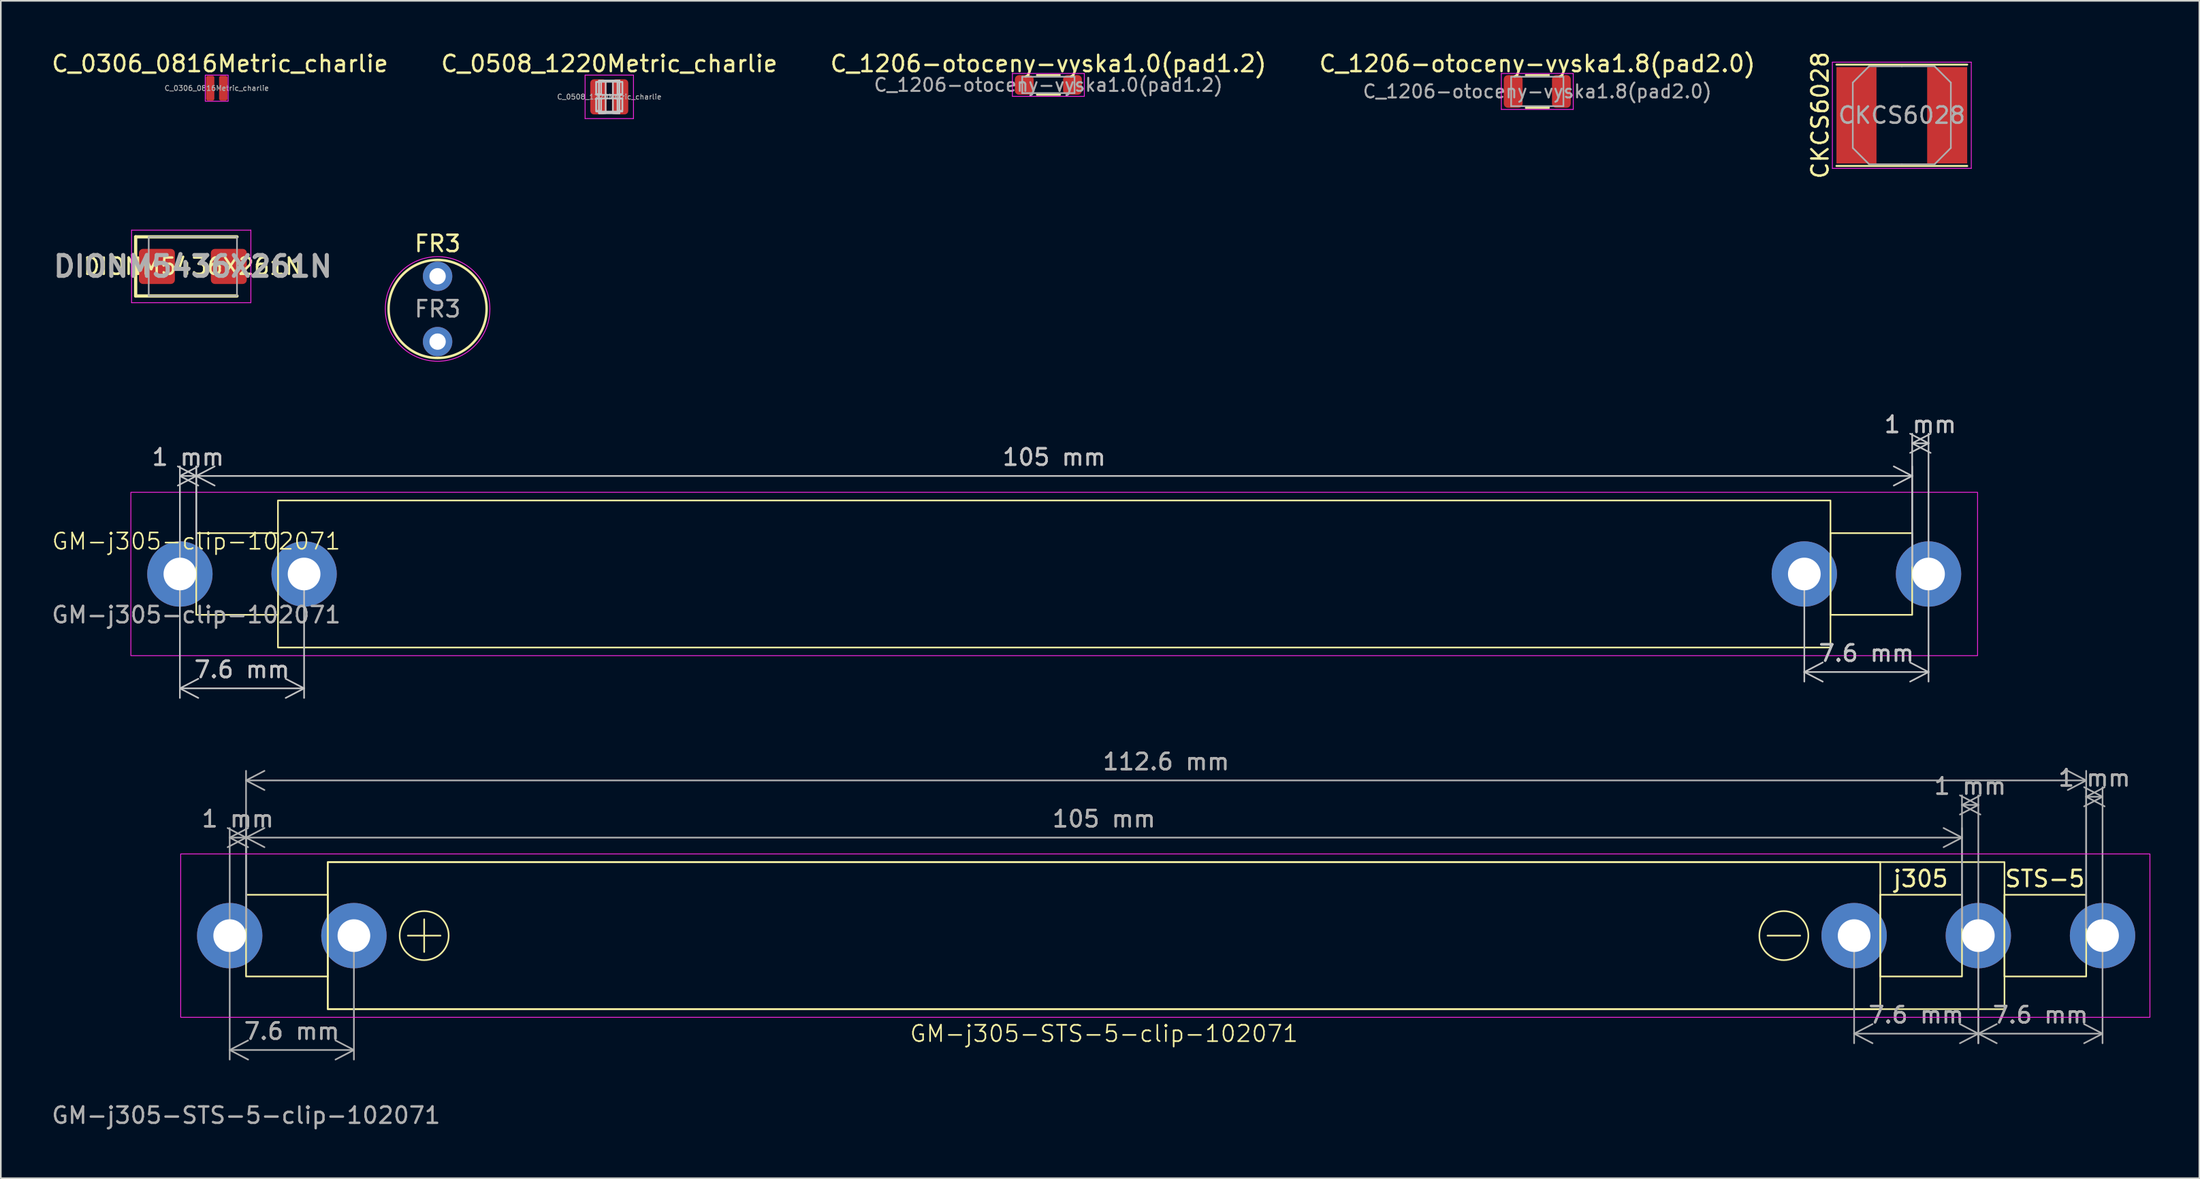
<source format=kicad_pcb>
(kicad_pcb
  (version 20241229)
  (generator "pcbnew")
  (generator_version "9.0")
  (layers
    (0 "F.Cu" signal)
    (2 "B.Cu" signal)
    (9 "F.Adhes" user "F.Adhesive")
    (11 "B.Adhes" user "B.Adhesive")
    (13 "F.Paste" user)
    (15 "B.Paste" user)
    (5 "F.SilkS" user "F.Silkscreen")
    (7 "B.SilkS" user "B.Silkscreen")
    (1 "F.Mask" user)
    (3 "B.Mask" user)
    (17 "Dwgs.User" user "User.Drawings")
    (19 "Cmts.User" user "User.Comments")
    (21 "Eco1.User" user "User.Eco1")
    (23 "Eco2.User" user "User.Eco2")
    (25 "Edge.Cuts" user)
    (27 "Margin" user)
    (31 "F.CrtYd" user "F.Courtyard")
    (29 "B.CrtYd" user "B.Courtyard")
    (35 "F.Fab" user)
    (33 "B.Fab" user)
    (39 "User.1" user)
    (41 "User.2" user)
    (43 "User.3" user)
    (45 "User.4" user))
  (footprint "GM-j305-clip-102071"
    (layer "F.Cu")
    (at 8.958 32.083)
    (property "Reference" "GM-j305-clip-102071" (at 0 -2 0) (unlocked yes) (layer "F.SilkS") (effects (font (size 1 1) (thickness 0.1))))
    (attr through_hole)
    (fp_line (start 6.6 0) (end 6.6 0) (stroke (width 1) (type default)) (layer "F.Cu"))
    (fp_rect (start 0 -2.5) (end 5 2.5) (stroke (width 0.1) (type default)) (fill no) (layer "F.SilkS"))
    (fp_rect (start 5 -4.5) (end 100 4.5) (stroke (width 0.1) (type default)) (fill no) (layer "F.SilkS"))
    (fp_rect (start 100 -2.5) (end 105 2.5) (stroke (width 0.1) (type default)) (fill no) (layer "F.SilkS"))
    (fp_rect (start -4 -5) (end 109 5) (stroke (width 0.05) (type default)) (fill no) (layer "F.CrtYd"))
    (fp_text user "${REFERENCE}" (at 0 2.5 0) (unlocked yes) (layer "F.Fab") (effects (font (size 1 1) (thickness 0.15))))
    (dimension (type aligned) (layer "Dwgs.User") (pts (xy 7.958 32.083) (xy 15.558 32.083)) (height 7) (format (prefix "") (suffix "") (units 3) (units_format 1) (precision 4) (suppress_zeroes yes)) (style (thickness 0.1) (arrow_length 1.27) (text_position_mode 0) (arrow_direction outward) (extension_height 0.586) (extension_offset 0.5) (keep_text_aligned yes)) (gr_text "7.6 mm" (at 11.758 37.933 0) (layer "Dwgs.User") (effects (font (size 1 1) (thickness 0.15)))))
    (dimension (type aligned) (layer "Dwgs.User") (pts (xy 114.958 32.083) (xy 113.958 32.083)) (height 8) (format (prefix "") (suffix "") (units 3) (units_format 1) (precision 4) (suppress_zeroes yes)) (style (thickness 0.1) (arrow_length 1.27) (text_position_mode 0) (arrow_direction outward) (extension_height 0.586) (extension_offset 0.5) (keep_text_aligned yes)) (gr_text "1 mm" (at 114.458 22.933 0) (layer "Dwgs.User") (effects (font (size 1 1) (thickness 0.15)))))
    (dimension (type aligned) (layer "Dwgs.User") (pts (xy 7.958 32.083) (xy 8.958 32.083)) (height -6) (format (prefix "") (suffix "") (units 3) (units_format 1) (precision 4) (suppress_zeroes yes)) (style (thickness 0.1) (arrow_length 1.27) (text_position_mode 0) (arrow_direction outward) (extension_height 0.586) (extension_offset 0.5) (keep_text_aligned yes)) (gr_text "1 mm" (at 8.458 24.933 0) (layer "Dwgs.User") (effects (font (size 1 1) (thickness 0.15)))))
    (dimension (type aligned) (layer "Dwgs.User") (pts (xy 114.958 32.083) (xy 107.358 32.083)) (height -6) (format (prefix "") (suffix "") (units 3) (units_format 1) (precision 4) (suppress_zeroes yes)) (style (thickness 0.1) (arrow_length 1.27) (text_position_mode 0) (arrow_direction outward) (extension_height 0.586) (extension_offset 0.5) (keep_text_aligned yes)) (gr_text "7.6 mm" (at 111.158 36.933 0) (layer "Dwgs.User") (effects (font (size 1 1) (thickness 0.15)))))
    (dimension (type aligned) (layer "Dwgs.User") (pts (xy 8.958 32.083) (xy 113.958 32.083)) (height -6) (format (prefix "") (suffix "") (units 3) (units_format 1) (precision 4) (suppress_zeroes yes)) (style (thickness 0.1) (arrow_length 1.27) (text_position_mode 0) (arrow_direction outward) (extension_height 0.586) (extension_offset 0.5) (keep_text_aligned yes)) (gr_text "105 mm" (at 61.458 24.933 0) (layer "Dwgs.User") (effects (font (size 1 1) (thickness 0.15)))))
    (pad "1" thru_hole circle (at -1 0) (size 4 4) (drill 2) (layers "*.Cu" "*.Mask"))
    (pad "1" thru_hole circle (at 6.6 0) (size 4 4) (drill 2) (layers "*.Cu" "*.Mask"))
    (pad "2" thru_hole circle (at 98.4 0) (size 4 4) (drill 2) (layers "*.Cu" "*.Mask"))
    (pad "2" thru_hole circle (at 106 0) (size 4 4) (drill 2) (layers "*.Cu" "*.Mask")))
  (footprint "C_1206-otoceny-vyska1.8(pad2.0)"
    (layer "F.Cu")
    (at 91.018 2.548)
    (property "Reference" "C_1206-otoceny-vyska1.8(pad2.0)" (at 0 -1.7 0) (layer "F.SilkS") (effects (font (size 1 1) (thickness 0.15))))
    (attr smd)
    (fp_line (start -0.7 -1) (end 0.711 -1) (stroke (width 0.12) (type solid)) (layer "F.SilkS"))
    (fp_line (start -0.7 1) (end 0.711 1) (stroke (width 0.12) (type solid)) (layer "F.SilkS"))
    (fp_line (start -2.2 -1.1) (end 2.2 -1.1) (stroke (width 0.05) (type solid)) (layer "F.CrtYd"))
    (fp_line (start -2.2 1.1) (end -2.2 -1.1) (stroke (width 0.05) (type solid)) (layer "F.CrtYd"))
    (fp_line (start 2.2 -1.1) (end 2.2 1.1) (stroke (width 0.05) (type solid)) (layer "F.CrtYd"))
    (fp_line (start 2.2 1.1) (end -2.2 1.1) (stroke (width 0.05) (type solid)) (layer "F.CrtYd"))
    (fp_line (start -1.6 -0.9) (end 1.6 -0.9) (stroke (width 0.1) (type solid)) (layer "F.Fab"))
    (fp_line (start -1.6 0.9) (end -1.6 -0.9) (stroke (width 0.1) (type solid)) (layer "F.Fab"))
    (fp_line (start 1.6 -0.9) (end 1.6 0.9) (stroke (width 0.1) (type solid)) (layer "F.Fab"))
    (fp_line (start 1.6 0.9) (end -1.6 0.9) (stroke (width 0.1) (type solid)) (layer "F.Fab"))
    (fp_text user "${REFERENCE}" (at 0 0 0) (layer "F.Fab") (effects (font (size 0.8 0.8) (thickness 0.12))))
    (pad "1" smd roundrect (at -1.475 0) (size 1.15 2) (layers "F.Cu" "F.Mask" "F.Paste") (roundrect_rratio 0.217))
    (pad "2" smd roundrect (at 1.475 0) (size 1.15 2) (layers "F.Cu" "F.Mask" "F.Paste") (roundrect_rratio 0.217)))
  (footprint "DIONM5436X261N"
    (layer "F.Cu")
    (at 8.751 13.257)
    (property "Reference" "DIONM5436X261N" (at 0 0 0) (layer "F.SilkS") (effects (font (size 1 1) (thickness 0.15))))
    (attr smd)
    (fp_line (start -3.5 -1.81) (end -3.5 1.81) (stroke (width 0.2) (type default)) (layer "F.SilkS"))
    (fp_line (start -3.5 1.81) (end 2.7 1.81) (stroke (width 0.2) (type solid)) (layer "F.SilkS"))
    (fp_line (start 2.7 -1.81) (end -3.5 -1.81) (stroke (width 0.2) (type solid)) (layer "F.SilkS"))
    (fp_line (start -3.75 -2.22) (end 3.55 -2.22) (stroke (width 0.05) (type solid)) (layer "F.CrtYd"))
    (fp_line (start -3.75 2.22) (end -3.75 -2.22) (stroke (width 0.05) (type solid)) (layer "F.CrtYd"))
    (fp_line (start 3.55 -2.22) (end 3.55 2.22) (stroke (width 0.05) (type solid)) (layer "F.CrtYd"))
    (fp_line (start 3.55 2.22) (end -3.75 2.22) (stroke (width 0.05) (type solid)) (layer "F.CrtYd"))
    (fp_line (start -2.7 -1.81) (end 2.7 -1.81) (stroke (width 0.1) (type solid)) (layer "F.Fab"))
    (fp_line (start -2.7 1.81) (end -2.7 -1.81) (stroke (width 0.1) (type solid)) (layer "F.Fab"))
    (fp_line (start 2.7 -1.81) (end 2.7 1.81) (stroke (width 0.1) (type solid)) (layer "F.Fab"))
    (fp_line (start 2.7 1.81) (end -2.7 1.81) (stroke (width 0.1) (type solid)) (layer "F.Fab"))
    (fp_text user "${REFERENCE}" (at 0 0 0) (layer "F.Fab") (effects (font (size 1.27 1.27) (thickness 0.254))))
    (pad "1" smd roundrect (at -2.2 0 90) (size 2.15 2.2) (layers "F.Cu" "F.Mask" "F.Paste") (roundrect_rratio 0.116))
    (pad "2" smd roundrect (at 2.2 0 90) (size 2.15 2.2) (layers "F.Cu" "F.Mask" "F.Paste") (roundrect_rratio 0.116)))
  (footprint "C_0306_0816Metric_charlie"
    (layer "F.Cu")
    (at 10.211 2.348)
    (property "Reference" "C_0306_0816Metric_charlie" (at 0.2 -1.5 0) (layer "F.SilkS") (effects (font (size 1 1) (thickness 0.15))))
    (attr smd)
    (fp_rect (start -0.7 -0.8) (end 0.7 0.8) (stroke (width 0.05) (type default)) (fill no) (layer "F.CrtYd"))
    (fp_text user "${REFERENCE}" (at 0 0 0) (layer "F.Fab") (effects (font (size 0.31 0.31) (thickness 0.05))))
    (pad "1" smd roundrect (at -0.4 0) (size 0.51 1.52) (layers "F.Cu" "F.Mask" "F.Paste") (roundrect_rratio 0.222))
    (pad "2" smd roundrect (at 0.4 0) (size 0.51 1.52) (layers "F.Cu" "F.Mask" "F.Paste") (roundrect_rratio 0.222)))
  (footprint "C_0508_1220Metric_charlie"
    (layer "F.Cu")
    (at 34.232 2.878)
    (property "Reference" "C_0508_1220Metric_charlie" (at 0 -2.03 0) (layer "F.SilkS") (effects (font (size 1 1) (thickness 0.15))))
    (attr smd)
    (fp_rect (start -0.8 -0.92) (end -0.5 -0.17) (stroke (width 0.1) (type default)) (fill no) (layer "Dwgs.User"))
    (fp_rect (start -0.8 -0.92) (end 0.8 -0.12) (stroke (width 0.1) (type default)) (fill no) (layer "Dwgs.User"))
    (fp_rect (start -0.8 0.1) (end -0.5 0.85) (stroke (width 0.1) (type default)) (fill no) (layer "Dwgs.User"))
    (fp_rect (start -0.8 0.1) (end 0.8 0.9) (stroke (width 0.1) (type default)) (fill no) (layer "Dwgs.User"))
    (fp_rect (start -0.625 -1) (end -0.225 1) (stroke (width 0.1) (type default)) (fill no) (layer "Dwgs.User"))
    (fp_rect (start -0.625 -1) (end 0.625 1) (stroke (width 0.1) (type default)) (fill no) (layer "Dwgs.User"))
    (fp_rect (start 0.225 -1) (end 0.625 1) (stroke (width 0.1) (type default)) (fill no) (layer "Dwgs.User"))
    (fp_rect (start 0.5 -0.92) (end 0.8 -0.17) (stroke (width 0.1) (type default)) (fill no) (layer "Dwgs.User"))
    (fp_rect (start 0.5 0.1) (end 0.8 0.85) (stroke (width 0.1) (type default)) (fill no) (layer "Dwgs.User"))
    (fp_line (start -1.48 -1.33) (end 1.48 -1.33) (stroke (width 0.05) (type solid)) (layer "F.CrtYd"))
    (fp_line (start -1.48 1.33) (end -1.48 -1.33) (stroke (width 0.05) (type solid)) (layer "F.CrtYd"))
    (fp_line (start 1.48 -1.33) (end 1.48 1.33) (stroke (width 0.05) (type solid)) (layer "F.CrtYd"))
    (fp_line (start 1.48 1.33) (end -1.48 1.33) (stroke (width 0.05) (type solid)) (layer "F.CrtYd"))
    (fp_line (start -0.625 -1) (end 0.625 -1) (stroke (width 0.1) (type solid)) (layer "F.Fab"))
    (fp_line (start -0.625 1) (end -0.625 -1) (stroke (width 0.1) (type solid)) (layer "F.Fab"))
    (fp_line (start 0.625 -1) (end 0.625 1) (stroke (width 0.1) (type solid)) (layer "F.Fab"))
    (fp_line (start 0.625 1) (end -0.625 1) (stroke (width 0.1) (type solid)) (layer "F.Fab"))
    (fp_text user "${REFERENCE}" (at 0 0 0) (layer "F.Fab") (effects (font (size 0.31 0.31) (thickness 0.05))))
    (pad "1" smd roundrect (at -0.662 0) (size 1 2.15) (layers "F.Cu" "F.Mask" "F.Paste") (roundrect_rratio 0.222))
    (pad "2" smd roundrect (at 0.662 0) (size 1 2.15) (layers "F.Cu" "F.Mask" "F.Paste") (roundrect_rratio 0.222)))
  (footprint "FR3"
    (layer "F.Cu")
    (at 23.727 15.86)
    (property "Reference" "FR3" (at 0 -4 0) (unlocked yes) (layer "F.SilkS") (effects (font (size 1 1) (thickness 0.15))))
    (attr smd)
    (fp_circle (center 0 0) (end 3 0) (stroke (width 0.15) (type default)) (fill no) (layer "F.SilkS"))
    (fp_circle (center 0 0) (end 3.2 0) (stroke (width 0.05) (type default)) (fill no) (layer "F.CrtYd"))
    (fp_text user "${REFERENCE}" (at 0 0 0) (unlocked yes) (layer "F.Fab") (effects (font (size 1 1) (thickness 0.15))))
    (pad "1" thru_hole circle (at 0 -2) (size 1.8 1.8) (drill 1) (layers "*.Cu" "*.Mask"))
    (pad "2" thru_hole circle (at 0 2) (size 1.8 1.8) (drill 1) (layers "*.Cu" "*.Mask")))
  (footprint "GM-j305-STS-5-clip-102071"
    (layer "F.Cu")
    (at 12.006 54.218)
    (property "Reference" "GM-j305-STS-5-clip-102071" (at 52.5 6 0) (unlocked yes) (layer "F.SilkS") (effects (font (size 1 1) (thickness 0.1))))
    (attr through_hole)
    (fp_line (start 9.9 0) (end 11.9 0) (stroke (width 0.1) (type default)) (layer "F.SilkS"))
    (fp_line (start 10.9 -1) (end 10.9 1) (stroke (width 0.1) (type default)) (layer "F.SilkS"))
    (fp_line (start 93.1 0) (end 95.1 0) (stroke (width 0.1) (type default)) (layer "F.SilkS"))
    (fp_rect (start 0 -2.5) (end 5 2.5) (stroke (width 0.1) (type default)) (fill no) (layer "F.SilkS"))
    (fp_rect (start 5 -4.5) (end 100 4.5) (stroke (width 0.1) (type default)) (fill no) (layer "F.SilkS"))
    (fp_rect (start 5 -4.5) (end 107.6 4.5) (stroke (width 0.1) (type default)) (fill no) (layer "F.SilkS"))
    (fp_rect (start 100 -2.5) (end 105 2.5) (stroke (width 0.1) (type default)) (fill no) (layer "F.SilkS"))
    (fp_rect (start 107.6 -2.5) (end 112.6 2.5) (stroke (width 0.1) (type default)) (fill no) (layer "F.SilkS"))
    (fp_circle (center 10.9 0) (end 12.4 0) (stroke (width 0.1) (type default)) (fill no) (layer "F.SilkS"))
    (fp_circle (center 94.1 0) (end 95.6 0) (stroke (width 0.1) (type default)) (fill no) (layer "F.SilkS"))
    (fp_rect (start -4 -5) (end 116.5 5) (stroke (width 0.05) (type default)) (fill no) (layer "F.CrtYd"))
    (fp_text user "STS-5" (at 107.546 -2.9 0) (unlocked yes) (layer "F.SilkS") (effects (font (size 1 1) (thickness 0.15)) (justify left bottom)))
    (fp_text user "j305" (at 100.708 -2.9 0) (unlocked yes) (layer "F.SilkS") (effects (font (size 1 1) (thickness 0.15)) (justify left bottom)))
    (fp_text user "${REFERENCE}" (at 0 11 0) (unlocked yes) (layer "F.Fab") (effects (font (size 1 1) (thickness 0.15))))
    (dimension (type aligned) (layer "F.Fab") (pts (xy 11.006 54.218) (xy 12.006 54.218)) (height -6) (format (prefix "") (suffix "") (units 3) (units_format 1) (precision 4) (suppress_zeroes yes)) (style (thickness 0.1) (arrow_length 1.27) (text_position_mode 0) (arrow_direction outward) (extension_height 0.586) (extension_offset 0.5) (keep_text_aligned yes)) (gr_text "1 mm" (at 11.506 47.068 0) (layer "F.Fab") (effects (font (size 1 1) (thickness 0.15)))))
    (dimension (type aligned) (layer "F.Fab") (pts (xy 118.006 54.218) (xy 117.006 54.218)) (height 8) (format (prefix "") (suffix "") (units 3) (units_format 1) (precision 4) (suppress_zeroes yes)) (style (thickness 0.1) (arrow_length 1.27) (text_position_mode 0) (arrow_direction outward) (extension_height 0.586) (extension_offset 0.5) (keep_text_aligned yes)) (gr_text "1 mm" (at 117.506 45.068 0) (layer "F.Fab") (effects (font (size 1 1) (thickness 0.15)))))
    (dimension (type aligned) (layer "F.Fab") (pts (xy 118.006 54.218) (xy 125.606 54.218)) (height 6) (format (prefix "") (suffix "") (units 3) (units_format 1) (precision 4) (suppress_zeroes yes)) (style (thickness 0.1) (arrow_length 1.27) (text_position_mode 0) (arrow_direction outward) (extension_height 0.586) (extension_offset 0.5) (keep_text_aligned yes)) (gr_text "7.6 mm" (at 121.806 59.068 0) (layer "F.Fab") (effects (font (size 1 1) (thickness 0.15)))))
    (dimension (type aligned) (layer "F.Fab") (pts (xy 124.606 54.218) (xy 12.006 54.218)) (height 9.5) (format (prefix "") (suffix "") (units 3) (units_format 1) (precision 4) (suppress_zeroes yes)) (style (thickness 0.1) (arrow_length 1.27) (text_position_mode 0) (arrow_direction outward) (extension_height 0.586) (extension_offset 0.5) (keep_text_aligned yes)) (gr_text "112.6 mm" (at 68.306 43.568 0) (layer "F.Fab") (effects (font (size 1 1) (thickness 0.15)))))
    (dimension (type aligned) (layer "F.Fab") (pts (xy 118.006 54.218) (xy 110.406 54.218)) (height -6) (format (prefix "") (suffix "") (units 3) (units_format 1) (precision 4) (suppress_zeroes yes)) (style (thickness 0.1) (arrow_length 1.27) (text_position_mode 0) (arrow_direction outward) (extension_height 0.586) (extension_offset 0.5) (keep_text_aligned yes)) (gr_text "7.6 mm" (at 114.206 59.068 0) (layer "F.Fab") (effects (font (size 1 1) (thickness 0.15)))))
    (dimension (type aligned) (layer "F.Fab") (pts (xy 12.006 54.218) (xy 117.006 54.218)) (height -6) (format (prefix "") (suffix "") (units 3) (units_format 1) (precision 4) (suppress_zeroes yes)) (style (thickness 0.1) (arrow_length 1.27) (text_position_mode 0) (arrow_direction outward) (extension_height 0.586) (extension_offset 0.5) (keep_text_aligned yes)) (gr_text "105 mm" (at 64.506 47.068 0) (layer "F.Fab") (effects (font (size 1 1) (thickness 0.15)))))
    (dimension (type aligned) (layer "F.Fab") (pts (xy 11.006 54.218) (xy 18.606 54.218)) (height 7) (format (prefix "") (suffix "") (units 3) (units_format 1) (precision 4) (suppress_zeroes yes)) (style (thickness 0.1) (arrow_length 1.27) (text_position_mode 0) (arrow_direction outward) (extension_height 0.586) (extension_offset 0.5) (keep_text_aligned yes)) (gr_text "7.6 mm" (at 14.806 60.068 0) (layer "F.Fab") (effects (font (size 1 1) (thickness 0.15)))))
    (dimension (type aligned) (layer "F.Fab") (pts (xy 125.606 54.218) (xy 124.606 54.218)) (height 8.5) (format (prefix "") (suffix "") (units 3) (units_format 1) (precision 4) (suppress_zeroes yes)) (style (thickness 0.1) (arrow_length 1.27) (text_position_mode 0) (arrow_direction outward) (extension_height 0.586) (extension_offset 0.5) (keep_text_aligned yes)) (gr_text "1 mm" (at 125.106 44.568 0) (layer "F.Fab") (effects (font (size 1 1) (thickness 0.15)))))
    (pad "1" thru_hole circle (at -1 0) (size 4 4) (drill 2) (layers "*.Cu" "*.Mask"))
    (pad "1" thru_hole circle (at 6.6 0) (size 4 4) (drill 2) (layers "*.Cu" "*.Mask"))
    (pad "2" thru_hole circle (at 98.4 0) (size 4 4) (drill 2) (layers "*.Cu" "*.Mask"))
    (pad "2" thru_hole circle (at 106 0) (size 4 4) (drill 2) (layers "*.Cu" "*.Mask"))
    (pad "2" thru_hole circle (at 113.6 0) (size 4 4) (drill 2) (layers "*.Cu" "*.Mask")))
  (footprint "CKCS6028"
    (layer "F.Cu")
    (at 113.324 4.006)
    (property "Reference" "CKCS6028" (at -5 0 90) (layer "F.SilkS") (effects (font (size 1 1) (thickness 0.15))))
    (attr smd)
    (fp_line (start -4 -3.1) (end 4 -3.1) (stroke (width 0.12) (type solid)) (layer "F.SilkS"))
    (fp_line (start -4 3.1) (end 4 3.1) (stroke (width 0.12) (type solid)) (layer "F.SilkS"))
    (fp_line (start -4.25 -3.25) (end -4.25 3.25) (stroke (width 0.05) (type solid)) (layer "F.CrtYd"))
    (fp_line (start -4.25 3.25) (end 4.25 3.25) (stroke (width 0.05) (type solid)) (layer "F.CrtYd"))
    (fp_line (start 4.25 -3.25) (end -4.25 -3.25) (stroke (width 0.05) (type solid)) (layer "F.CrtYd"))
    (fp_line (start 4.25 3.25) (end 4.25 -3.25) (stroke (width 0.05) (type solid)) (layer "F.CrtYd"))
    (fp_line (start -3 -2) (end -2 -3) (stroke (width 0.1) (type solid)) (layer "F.Fab"))
    (fp_line (start -3 0) (end -3 -2) (stroke (width 0.1) (type solid)) (layer "F.Fab"))
    (fp_line (start -3 0) (end -3 2) (stroke (width 0.1) (type solid)) (layer "F.Fab"))
    (fp_line (start -3 2) (end -2 3) (stroke (width 0.1) (type solid)) (layer "F.Fab"))
    (fp_line (start -2 -3) (end 0 -3) (stroke (width 0.1) (type solid)) (layer "F.Fab"))
    (fp_line (start -2 3) (end 0 3) (stroke (width 0.1) (type solid)) (layer "F.Fab"))
    (fp_line (start 2 -3) (end 0 -3) (stroke (width 0.1) (type solid)) (layer "F.Fab"))
    (fp_line (start 2 3) (end 0 3) (stroke (width 0.1) (type solid)) (layer "F.Fab"))
    (fp_line (start 3 -2) (end 2 -3) (stroke (width 0.1) (type solid)) (layer "F.Fab"))
    (fp_line (start 3 0) (end 3 -2) (stroke (width 0.1) (type solid)) (layer "F.Fab"))
    (fp_line (start 3 0) (end 3 2) (stroke (width 0.1) (type solid)) (layer "F.Fab"))
    (fp_line (start 3 2) (end 2 3) (stroke (width 0.1) (type solid)) (layer "F.Fab"))
    (fp_text user "${REFERENCE}" (at 0 0 0) (layer "F.Fab") (effects (font (size 1 1) (thickness 0.15))))
    (pad "1" smd rect (at -2.775 0) (size 2.45 5.9) (layers "F.Cu" "F.Mask" "F.Paste"))
    (pad "2" smd rect (at 2.775 0) (size 2.45 5.9) (layers "F.Cu" "F.Mask" "F.Paste")))
  (footprint "C_1206-otoceny-vyska1.0(pad1.2)"
    (layer "F.Cu")
    (at 61.101 2.148)
    (property "Reference" "C_1206-otoceny-vyska1.0(pad1.2)" (at 0 -1.3 0) (layer "F.SilkS") (effects (font (size 1 1) (thickness 0.15))))
    (attr smd)
    (fp_line (start -0.7 -0.6) (end 0.7 -0.6) (stroke (width 0.12) (type solid)) (layer "F.SilkS"))
    (fp_line (start -0.7 0.6) (end 0.711 0.6) (stroke (width 0.12) (type solid)) (layer "F.SilkS"))
    (fp_line (start -2.2 -0.7) (end 2.2 -0.7) (stroke (width 0.05) (type solid)) (layer "F.CrtYd"))
    (fp_line (start -2.2 0.7) (end -2.2 -0.7) (stroke (width 0.05) (type solid)) (layer "F.CrtYd"))
    (fp_line (start 2.2 -0.7) (end 2.2 0.7) (stroke (width 0.05) (type solid)) (layer "F.CrtYd"))
    (fp_line (start 2.2 0.7) (end -2.2 0.7) (stroke (width 0.05) (type solid)) (layer "F.CrtYd"))
    (fp_line (start -1.6 -0.5) (end 1.6 -0.5) (stroke (width 0.1) (type solid)) (layer "F.Fab"))
    (fp_line (start -1.6 0.5) (end -1.6 -0.5) (stroke (width 0.1) (type solid)) (layer "F.Fab"))
    (fp_line (start 1.6 -0.5) (end 1.6 0.5) (stroke (width 0.1) (type solid)) (layer "F.Fab"))
    (fp_line (start 1.6 0.5) (end -1.6 0.5) (stroke (width 0.1) (type solid)) (layer "F.Fab"))
    (fp_text user "${REFERENCE}" (at 0 0 0) (layer "F.Fab") (effects (font (size 0.8 0.8) (thickness 0.12))))
    (pad "1" smd roundrect (at -1.475 0) (size 1.15 1.2) (layers "F.Cu" "F.Mask" "F.Paste") (roundrect_rratio 0.217))
    (pad "2" smd roundrect (at 1.475 0) (size 1.15 1.2) (layers "F.Cu" "F.Mask" "F.Paste") (roundrect_rratio 0.217)))
  (gr_rect
    (start -3 -3)
    (end 131.531 69.066)
    (stroke (width 0.1) (type default))
    (fill no)
    (layer "Edge.Cuts")))
</source>
